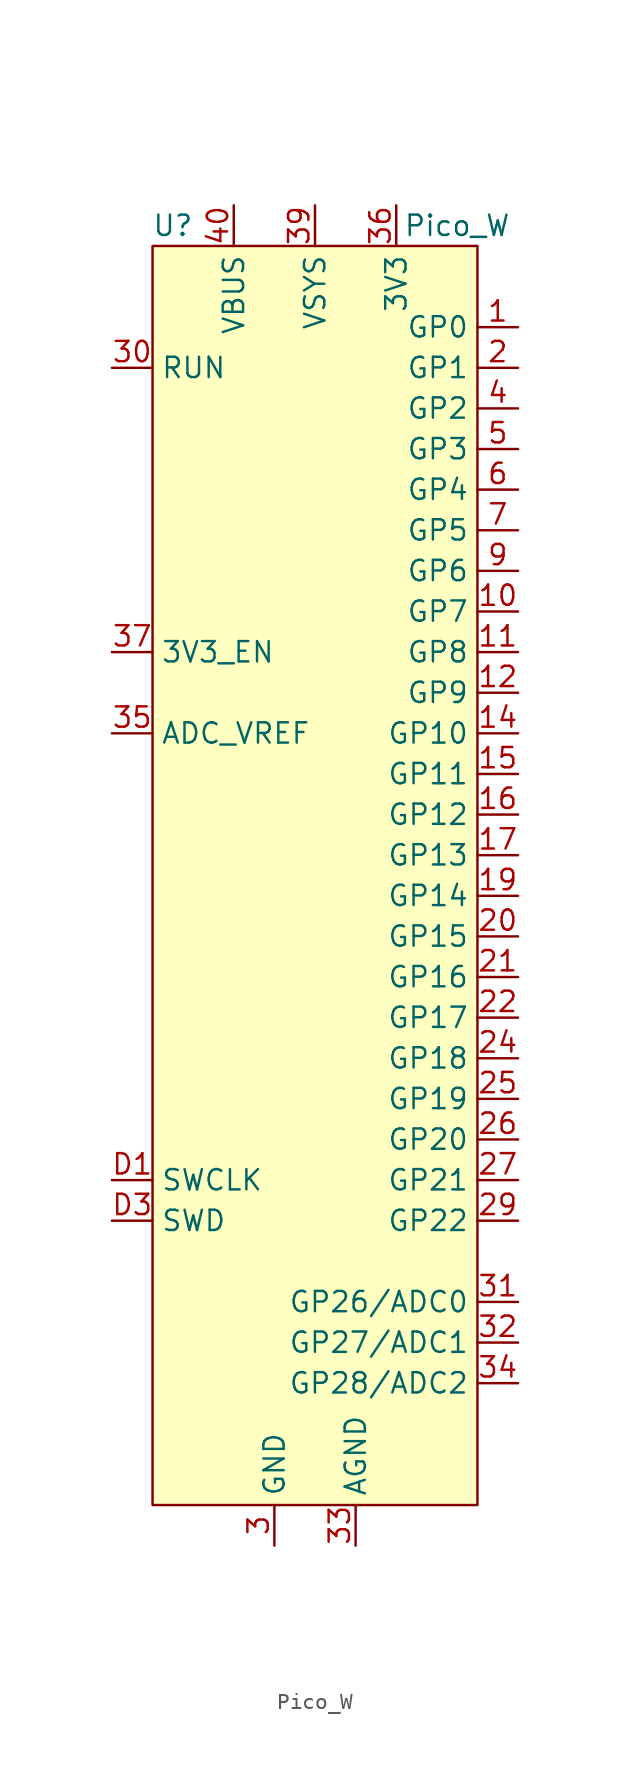
<source format=kicad_sym>
(kicad_symbol_lib
  (version 20220914)
  (generator kicad_symbol_editor)
  (symbol "Pico_W"
    (property "Reference" "U"
      (at -8.89 39.37 0)
      (effects (font (size 1.27 1.27))))
    (property "Value" "Pico_W"
      (at 8.89 39.37 0)
      (effects (font (size 1.27 1.27))))
    (symbol "Pico_W_1_1"
      (rectangle (start -10.16 38.1) (end 10.16 -40.64) (stroke (width 0) (type default)) (fill (type background)))
      (pin bidirectional line (at 12.7 33.02 180) (length 2.54) (name "GP0" (effects (font (size 1.27 1.27)))) (number "1" (effects (font (size 1.27 1.27)))))
      (pin bidirectional line (at 12.7 15.24 180) (length 2.54) (name "GP7" (effects (font (size 1.27 1.27)))) (number "10" (effects (font (size 1.27 1.27)))))
      (pin bidirectional line (at 12.7 12.7 180) (length 2.54) (name "GP8" (effects (font (size 1.27 1.27)))) (number "11" (effects (font (size 1.27 1.27)))))
      (pin bidirectional line (at 12.7 10.16 180) (length 2.54) (name "GP9" (effects (font (size 1.27 1.27)))) (number "12" (effects (font (size 1.27 1.27)))))
      (pin passive line (at -2.54 -43.18 90) (length 2.54) hide (name "GND" (effects (font (size 1.27 1.27)))) (number "13" (effects (font (size 1.27 1.27)))))
      (pin bidirectional line (at 12.7 7.62 180) (length 2.54) (name "GP10" (effects (font (size 1.27 1.27)))) (number "14" (effects (font (size 1.27 1.27)))))
      (pin bidirectional line (at 12.7 5.08 180) (length 2.54) (name "GP11" (effects (font (size 1.27 1.27)))) (number "15" (effects (font (size 1.27 1.27)))))
      (pin bidirectional line (at 12.7 2.54 180) (length 2.54) (name "GP12" (effects (font (size 1.27 1.27)))) (number "16" (effects (font (size 1.27 1.27)))))
      (pin bidirectional line (at 12.7 0 180) (length 2.54) (name "GP13" (effects (font (size 1.27 1.27)))) (number "17" (effects (font (size 1.27 1.27)))))
      (pin passive line (at -2.54 -43.18 90) (length 2.54) hide (name "GND" (effects (font (size 1.27 1.27)))) (number "18" (effects (font (size 1.27 1.27)))))
      (pin bidirectional line (at 12.7 -2.54 180) (length 2.54) (name "GP14" (effects (font (size 1.27 1.27)))) (number "19" (effects (font (size 1.27 1.27)))))
      (pin bidirectional line (at 12.7 30.48 180) (length 2.54) (name "GP1" (effects (font (size 1.27 1.27)))) (number "2" (effects (font (size 1.27 1.27)))))
      (pin bidirectional line (at 12.7 -5.08 180) (length 2.54) (name "GP15" (effects (font (size 1.27 1.27)))) (number "20" (effects (font (size 1.27 1.27)))))
      (pin bidirectional line (at 12.7 -7.62 180) (length 2.54) (name "GP16" (effects (font (size 1.27 1.27)))) (number "21" (effects (font (size 1.27 1.27)))))
      (pin bidirectional line (at 12.7 -10.16 180) (length 2.54) (name "GP17" (effects (font (size 1.27 1.27)))) (number "22" (effects (font (size 1.27 1.27)))))
      (pin passive line (at -2.54 -43.18 90) (length 2.54) hide (name "GND" (effects (font (size 1.27 1.27)))) (number "23" (effects (font (size 1.27 1.27)))))
      (pin bidirectional line (at 12.7 -12.7 180) (length 2.54) (name "GP18" (effects (font (size 1.27 1.27)))) (number "24" (effects (font (size 1.27 1.27)))))
      (pin bidirectional line (at 12.7 -15.24 180) (length 2.54) (name "GP19" (effects (font (size 1.27 1.27)))) (number "25" (effects (font (size 1.27 1.27)))))
      (pin bidirectional line (at 12.7 -17.78 180) (length 2.54) (name "GP20" (effects (font (size 1.27 1.27)))) (number "26" (effects (font (size 1.27 1.27)))))
      (pin bidirectional line (at 12.7 -20.32 180) (length 2.54) (name "GP21" (effects (font (size 1.27 1.27)))) (number "27" (effects (font (size 1.27 1.27)))))
      (pin passive line (at -2.54 -43.18 90) (length 2.54) hide (name "GND" (effects (font (size 1.27 1.27)))) (number "28" (effects (font (size 1.27 1.27)))))
      (pin bidirectional line (at 12.7 -22.86 180) (length 2.54) (name "GP22" (effects (font (size 1.27 1.27)))) (number "29" (effects (font (size 1.27 1.27)))))
      (pin power_in line (at -2.54 -43.18 90) (length 2.54) (name "GND" (effects (font (size 1.27 1.27)))) (number "3" (effects (font (size 1.27 1.27)))))
      (pin input line (at -12.7 30.48 0) (length 2.54) (name "RUN" (effects (font (size 1.27 1.27)))) (number "30" (effects (font (size 1.27 1.27)))))
      (pin bidirectional line (at 12.7 -27.94 180) (length 2.54) (name "GP26/ADC0" (effects (font (size 1.27 1.27)))) (number "31" (effects (font (size 1.27 1.27)))))
      (pin bidirectional line (at 12.7 -30.48 180) (length 2.54) (name "GP27/ADC1" (effects (font (size 1.27 1.27)))) (number "32" (effects (font (size 1.27 1.27)))))
      (pin power_in line (at 2.54 -43.18 90) (length 2.54) (name "AGND" (effects (font (size 1.27 1.27)))) (number "33" (effects (font (size 1.27 1.27)))))
      (pin bidirectional line (at 12.7 -33.02 180) (length 2.54) (name "GP28/ADC2" (effects (font (size 1.27 1.27)))) (number "34" (effects (font (size 1.27 1.27)))))
      (pin input line (at -12.7 7.62 0) (length 2.54) (name "ADC_VREF" (effects (font (size 1.27 1.27)))) (number "35" (effects (font (size 1.27 1.27)))))
      (pin power_out line (at 5.08 40.64 270) (length 2.54) (name "3V3" (effects (font (size 1.27 1.27)))) (number "36" (effects (font (size 1.27 1.27)))))
      (pin input line (at -12.7 12.7 0) (length 2.54) (name "3V3_EN" (effects (font (size 1.27 1.27)))) (number "37" (effects (font (size 1.27 1.27)))))
      (pin passive line (at -2.54 -43.18 90) (length 2.54) hide (name "GND" (effects (font (size 1.27 1.27)))) (number "38" (effects (font (size 1.27 1.27)))))
      (pin power_in line (at 0 40.64 270) (length 2.54) (name "VSYS" (effects (font (size 1.27 1.27)))) (number "39" (effects (font (size 1.27 1.27)))))
      (pin bidirectional line (at 12.7 27.94 180) (length 2.54) (name "GP2" (effects (font (size 1.27 1.27)))) (number "4" (effects (font (size 1.27 1.27)))))
      (pin power_in line (at -5.08 40.64 270) (length 2.54) (name "VBUS" (effects (font (size 1.27 1.27)))) (number "40" (effects (font (size 1.27 1.27)))))
      (pin bidirectional line (at 12.7 25.4 180) (length 2.54) (name "GP3" (effects (font (size 1.27 1.27)))) (number "5" (effects (font (size 1.27 1.27)))))
      (pin bidirectional line (at 12.7 22.86 180) (length 2.54) (name "GP4" (effects (font (size 1.27 1.27)))) (number "6" (effects (font (size 1.27 1.27)))))
      (pin bidirectional line (at 12.7 20.32 180) (length 2.54) (name "GP5" (effects (font (size 1.27 1.27)))) (number "7" (effects (font (size 1.27 1.27)))))
      (pin passive line (at -2.54 -43.18 90) (length 2.54) hide (name "GND" (effects (font (size 1.27 1.27)))) (number "8" (effects (font (size 1.27 1.27)))))
      (pin bidirectional line (at 12.7 17.78 180) (length 2.54) (name "GP6" (effects (font (size 1.27 1.27)))) (number "9" (effects (font (size 1.27 1.27)))))
      (pin input line (at -12.7 -20.32 0) (length 2.54) (name "SWCLK" (effects (font (size 1.27 1.27)))) (number "D1" (effects (font (size 1.27 1.27)))))
      (pin passive line (at -2.54 -43.18 90) (length 2.54) hide (name "GND" (effects (font (size 1.27 1.27)))) (number "D2" (effects (font (size 1.27 1.27)))))
      (pin bidirectional line (at -12.7 -22.86 0) (length 2.54) (name "SWD" (effects (font (size 1.27 1.27)))) (number "D3" (effects (font (size 1.27 1.27))))))))
</source>
